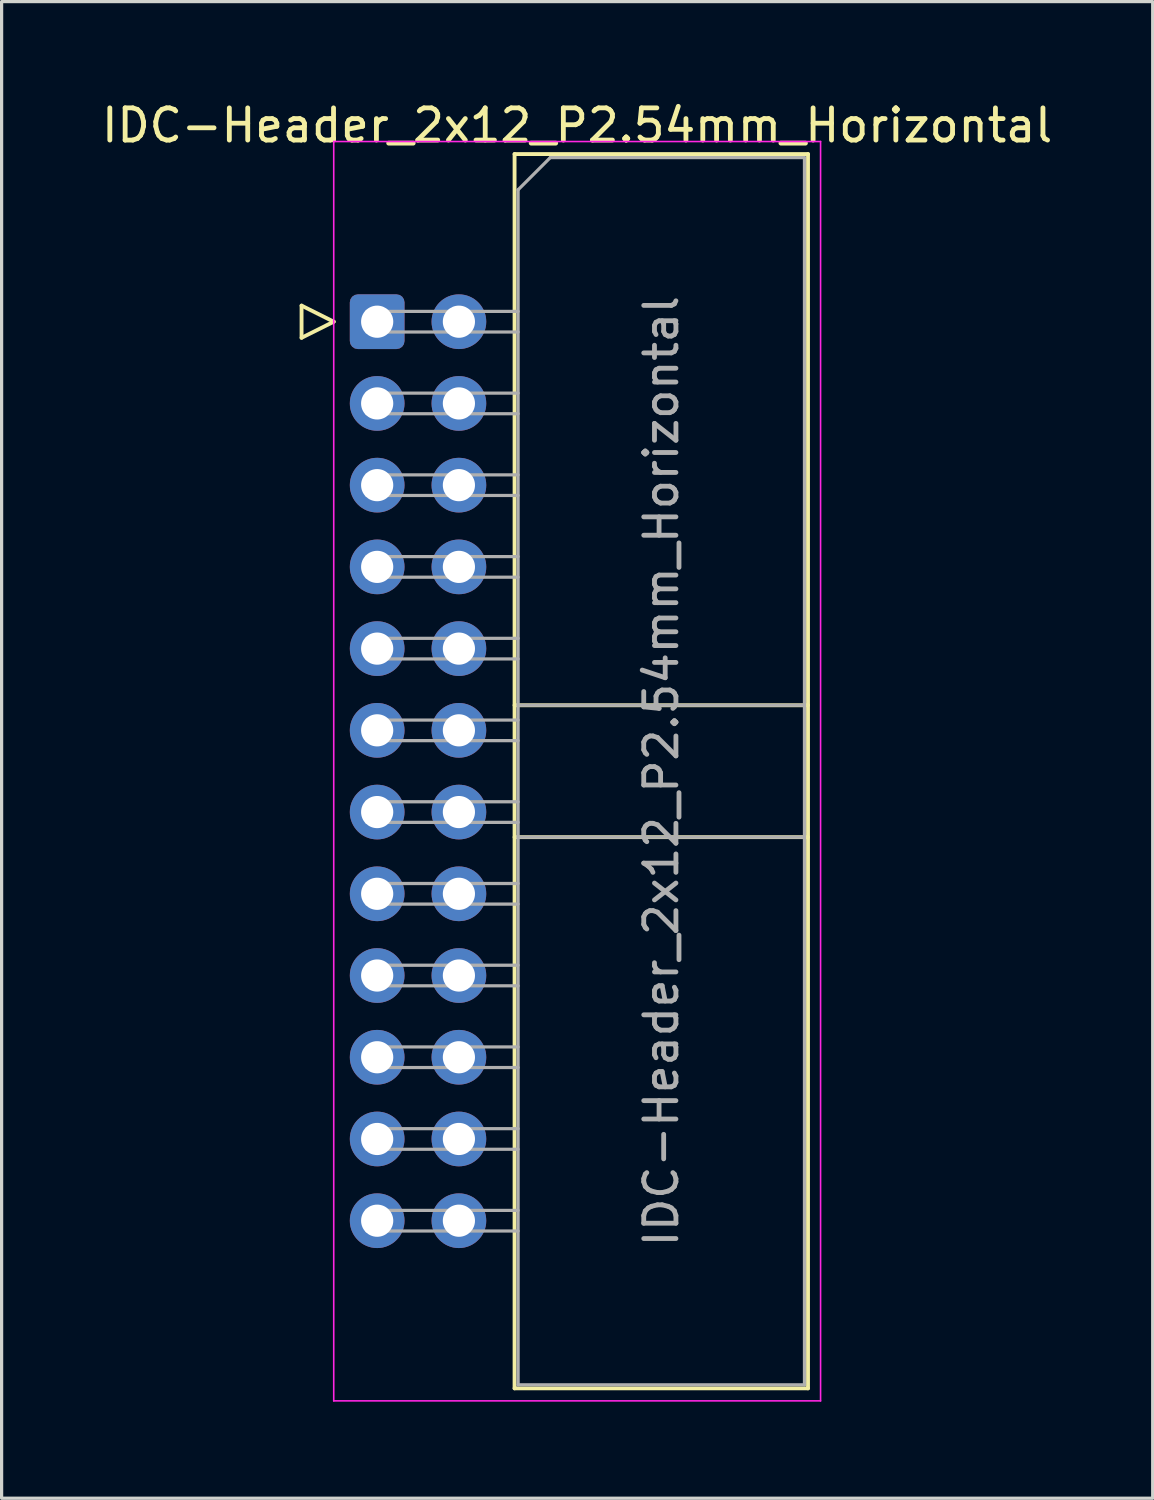
<source format=kicad_pcb>
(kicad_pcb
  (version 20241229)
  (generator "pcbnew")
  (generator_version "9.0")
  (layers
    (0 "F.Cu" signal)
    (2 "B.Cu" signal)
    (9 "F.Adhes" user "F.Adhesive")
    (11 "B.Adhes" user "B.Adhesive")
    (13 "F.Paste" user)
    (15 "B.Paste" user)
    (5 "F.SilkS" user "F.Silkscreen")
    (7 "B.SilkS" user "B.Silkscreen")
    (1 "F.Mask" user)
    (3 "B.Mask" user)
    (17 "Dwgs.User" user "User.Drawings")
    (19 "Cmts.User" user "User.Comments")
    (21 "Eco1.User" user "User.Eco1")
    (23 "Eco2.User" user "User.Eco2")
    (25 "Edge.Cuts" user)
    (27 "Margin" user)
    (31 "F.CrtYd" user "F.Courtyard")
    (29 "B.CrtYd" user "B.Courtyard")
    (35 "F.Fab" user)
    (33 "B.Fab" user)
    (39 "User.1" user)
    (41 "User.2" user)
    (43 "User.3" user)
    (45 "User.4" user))
  (footprint "IDC-Header_2x12_P2.54mm_Horizontal"
    (layer "F.Cu")
    (at 8.672 6.948)
    (property "Reference" "IDC-Header_2x12_P2.54mm_Horizontal" (at 6.215 -6.1 0) (layer "F.SilkS") (effects (font (size 1 1) (thickness 0.15))))
    (attr through_hole)
    (fp_line (start -2.35 -0.5) (end -2.35 0.5) (stroke (width 0.12) (type solid)) (layer "F.SilkS"))
    (fp_line (start -2.35 0.5) (end -1.35 0) (stroke (width 0.12) (type solid)) (layer "F.SilkS"))
    (fp_line (start -1.35 0) (end -2.35 -0.5) (stroke (width 0.12) (type solid)) (layer "F.SilkS"))
    (fp_line (start 4.27 -5.21) (end 13.39 -5.21) (stroke (width 0.12) (type solid)) (layer "F.SilkS"))
    (fp_line (start 4.27 11.92) (end 13.39 11.92) (stroke (width 0.12) (type solid)) (layer "F.SilkS"))
    (fp_line (start 4.27 16.02) (end 13.39 16.02) (stroke (width 0.12) (type solid)) (layer "F.SilkS"))
    (fp_line (start 4.27 33.15) (end 4.27 -5.21) (stroke (width 0.12) (type solid)) (layer "F.SilkS"))
    (fp_line (start 13.39 -5.21) (end 13.39 33.15) (stroke (width 0.12) (type solid)) (layer "F.SilkS"))
    (fp_line (start 13.39 33.15) (end 4.27 33.15) (stroke (width 0.12) (type solid)) (layer "F.SilkS"))
    (fp_line (start -1.35 -5.6) (end -1.35 33.54) (stroke (width 0.05) (type solid)) (layer "F.CrtYd"))
    (fp_line (start -1.35 33.54) (end 13.78 33.54) (stroke (width 0.05) (type solid)) (layer "F.CrtYd"))
    (fp_line (start 13.78 -5.6) (end -1.35 -5.6) (stroke (width 0.05) (type solid)) (layer "F.CrtYd"))
    (fp_line (start 13.78 33.54) (end 13.78 -5.6) (stroke (width 0.05) (type solid)) (layer "F.CrtYd"))
    (fp_line (start -0.32 -0.32) (end -0.32 0.32) (stroke (width 0.1) (type solid)) (layer "F.Fab"))
    (fp_line (start -0.32 0.32) (end 4.38 0.32) (stroke (width 0.1) (type solid)) (layer "F.Fab"))
    (fp_line (start -0.32 2.22) (end -0.32 2.86) (stroke (width 0.1) (type solid)) (layer "F.Fab"))
    (fp_line (start -0.32 2.86) (end 4.38 2.86) (stroke (width 0.1) (type solid)) (layer "F.Fab"))
    (fp_line (start -0.32 4.76) (end -0.32 5.4) (stroke (width 0.1) (type solid)) (layer "F.Fab"))
    (fp_line (start -0.32 5.4) (end 4.38 5.4) (stroke (width 0.1) (type solid)) (layer "F.Fab"))
    (fp_line (start -0.32 7.3) (end -0.32 7.94) (stroke (width 0.1) (type solid)) (layer "F.Fab"))
    (fp_line (start -0.32 7.94) (end 4.38 7.94) (stroke (width 0.1) (type solid)) (layer "F.Fab"))
    (fp_line (start -0.32 9.84) (end -0.32 10.48) (stroke (width 0.1) (type solid)) (layer "F.Fab"))
    (fp_line (start -0.32 10.48) (end 4.38 10.48) (stroke (width 0.1) (type solid)) (layer "F.Fab"))
    (fp_line (start -0.32 12.38) (end -0.32 13.02) (stroke (width 0.1) (type solid)) (layer "F.Fab"))
    (fp_line (start -0.32 13.02) (end 4.38 13.02) (stroke (width 0.1) (type solid)) (layer "F.Fab"))
    (fp_line (start -0.32 14.92) (end -0.32 15.56) (stroke (width 0.1) (type solid)) (layer "F.Fab"))
    (fp_line (start -0.32 15.56) (end 4.38 15.56) (stroke (width 0.1) (type solid)) (layer "F.Fab"))
    (fp_line (start -0.32 17.46) (end -0.32 18.1) (stroke (width 0.1) (type solid)) (layer "F.Fab"))
    (fp_line (start -0.32 18.1) (end 4.38 18.1) (stroke (width 0.1) (type solid)) (layer "F.Fab"))
    (fp_line (start -0.32 20) (end -0.32 20.64) (stroke (width 0.1) (type solid)) (layer "F.Fab"))
    (fp_line (start -0.32 20.64) (end 4.38 20.64) (stroke (width 0.1) (type solid)) (layer "F.Fab"))
    (fp_line (start -0.32 22.54) (end -0.32 23.18) (stroke (width 0.1) (type solid)) (layer "F.Fab"))
    (fp_line (start -0.32 23.18) (end 4.38 23.18) (stroke (width 0.1) (type solid)) (layer "F.Fab"))
    (fp_line (start -0.32 25.08) (end -0.32 25.72) (stroke (width 0.1) (type solid)) (layer "F.Fab"))
    (fp_line (start -0.32 25.72) (end 4.38 25.72) (stroke (width 0.1) (type solid)) (layer "F.Fab"))
    (fp_line (start -0.32 27.62) (end -0.32 28.26) (stroke (width 0.1) (type solid)) (layer "F.Fab"))
    (fp_line (start -0.32 28.26) (end 4.38 28.26) (stroke (width 0.1) (type solid)) (layer "F.Fab"))
    (fp_line (start 4.38 -4.1) (end 5.38 -5.1) (stroke (width 0.1) (type solid)) (layer "F.Fab"))
    (fp_line (start 4.38 -0.32) (end -0.32 -0.32) (stroke (width 0.1) (type solid)) (layer "F.Fab"))
    (fp_line (start 4.38 2.22) (end -0.32 2.22) (stroke (width 0.1) (type solid)) (layer "F.Fab"))
    (fp_line (start 4.38 4.76) (end -0.32 4.76) (stroke (width 0.1) (type solid)) (layer "F.Fab"))
    (fp_line (start 4.38 7.3) (end -0.32 7.3) (stroke (width 0.1) (type solid)) (layer "F.Fab"))
    (fp_line (start 4.38 9.84) (end -0.32 9.84) (stroke (width 0.1) (type solid)) (layer "F.Fab"))
    (fp_line (start 4.38 11.92) (end 13.28 11.92) (stroke (width 0.1) (type solid)) (layer "F.Fab"))
    (fp_line (start 4.38 12.38) (end -0.32 12.38) (stroke (width 0.1) (type solid)) (layer "F.Fab"))
    (fp_line (start 4.38 14.92) (end -0.32 14.92) (stroke (width 0.1) (type solid)) (layer "F.Fab"))
    (fp_line (start 4.38 16.02) (end 13.28 16.02) (stroke (width 0.1) (type solid)) (layer "F.Fab"))
    (fp_line (start 4.38 17.46) (end -0.32 17.46) (stroke (width 0.1) (type solid)) (layer "F.Fab"))
    (fp_line (start 4.38 20) (end -0.32 20) (stroke (width 0.1) (type solid)) (layer "F.Fab"))
    (fp_line (start 4.38 22.54) (end -0.32 22.54) (stroke (width 0.1) (type solid)) (layer "F.Fab"))
    (fp_line (start 4.38 25.08) (end -0.32 25.08) (stroke (width 0.1) (type solid)) (layer "F.Fab"))
    (fp_line (start 4.38 27.62) (end -0.32 27.62) (stroke (width 0.1) (type solid)) (layer "F.Fab"))
    (fp_line (start 4.38 33.04) (end 4.38 -4.1) (stroke (width 0.1) (type solid)) (layer "F.Fab"))
    (fp_line (start 5.38 -5.1) (end 13.28 -5.1) (stroke (width 0.1) (type solid)) (layer "F.Fab"))
    (fp_line (start 13.28 -5.1) (end 13.28 33.04) (stroke (width 0.1) (type solid)) (layer "F.Fab"))
    (fp_line (start 13.28 33.04) (end 4.38 33.04) (stroke (width 0.1) (type solid)) (layer "F.Fab"))
    (fp_text user "${REFERENCE}" (at 8.83 13.97 90) (layer "F.Fab") (effects (font (size 1 1) (thickness 0.15))))
    (pad "1" thru_hole roundrect (at 0 0) (size 1.7 1.7) (drill 1) (layers "*.Cu" "*.Mask") (roundrect_rratio 0.147))
    (pad "2" thru_hole circle (at 2.54 0) (size 1.7 1.7) (drill 1) (layers "*.Cu" "*.Mask"))
    (pad "3" thru_hole circle (at 0 2.54) (size 1.7 1.7) (drill 1) (layers "*.Cu" "*.Mask"))
    (pad "4" thru_hole circle (at 2.54 2.54) (size 1.7 1.7) (drill 1) (layers "*.Cu" "*.Mask"))
    (pad "5" thru_hole circle (at 0 5.08) (size 1.7 1.7) (drill 1) (layers "*.Cu" "*.Mask"))
    (pad "6" thru_hole circle (at 2.54 5.08) (size 1.7 1.7) (drill 1) (layers "*.Cu" "*.Mask"))
    (pad "7" thru_hole circle (at 0 7.62) (size 1.7 1.7) (drill 1) (layers "*.Cu" "*.Mask"))
    (pad "8" thru_hole circle (at 2.54 7.62) (size 1.7 1.7) (drill 1) (layers "*.Cu" "*.Mask"))
    (pad "9" thru_hole circle (at 0 10.16) (size 1.7 1.7) (drill 1) (layers "*.Cu" "*.Mask"))
    (pad "10" thru_hole circle (at 2.54 10.16) (size 1.7 1.7) (drill 1) (layers "*.Cu" "*.Mask"))
    (pad "11" thru_hole circle (at 0 12.7) (size 1.7 1.7) (drill 1) (layers "*.Cu" "*.Mask"))
    (pad "12" thru_hole circle (at 2.54 12.7) (size 1.7 1.7) (drill 1) (layers "*.Cu" "*.Mask"))
    (pad "13" thru_hole circle (at 0 15.24) (size 1.7 1.7) (drill 1) (layers "*.Cu" "*.Mask"))
    (pad "14" thru_hole circle (at 2.54 15.24) (size 1.7 1.7) (drill 1) (layers "*.Cu" "*.Mask"))
    (pad "15" thru_hole circle (at 0 17.78) (size 1.7 1.7) (drill 1) (layers "*.Cu" "*.Mask"))
    (pad "16" thru_hole circle (at 2.54 17.78) (size 1.7 1.7) (drill 1) (layers "*.Cu" "*.Mask"))
    (pad "17" thru_hole circle (at 0 20.32) (size 1.7 1.7) (drill 1) (layers "*.Cu" "*.Mask"))
    (pad "18" thru_hole circle (at 2.54 20.32) (size 1.7 1.7) (drill 1) (layers "*.Cu" "*.Mask"))
    (pad "19" thru_hole circle (at 0 22.86) (size 1.7 1.7) (drill 1) (layers "*.Cu" "*.Mask"))
    (pad "20" thru_hole circle (at 2.54 22.86) (size 1.7 1.7) (drill 1) (layers "*.Cu" "*.Mask"))
    (pad "21" thru_hole circle (at 0 25.4) (size 1.7 1.7) (drill 1) (layers "*.Cu" "*.Mask"))
    (pad "22" thru_hole circle (at 2.54 25.4) (size 1.7 1.7) (drill 1) (layers "*.Cu" "*.Mask"))
    (pad "23" thru_hole circle (at 0 27.94) (size 1.7 1.7) (drill 1) (layers "*.Cu" "*.Mask"))
    (pad "24" thru_hole circle (at 2.54 27.94) (size 1.7 1.7) (drill 1) (layers "*.Cu" "*.Mask")))
  (gr_rect
    (start -3 -3)
    (end 32.774 43.513)
    (stroke (width 0.1) (type default))
    (fill no)
    (layer "Edge.Cuts")))
</source>
